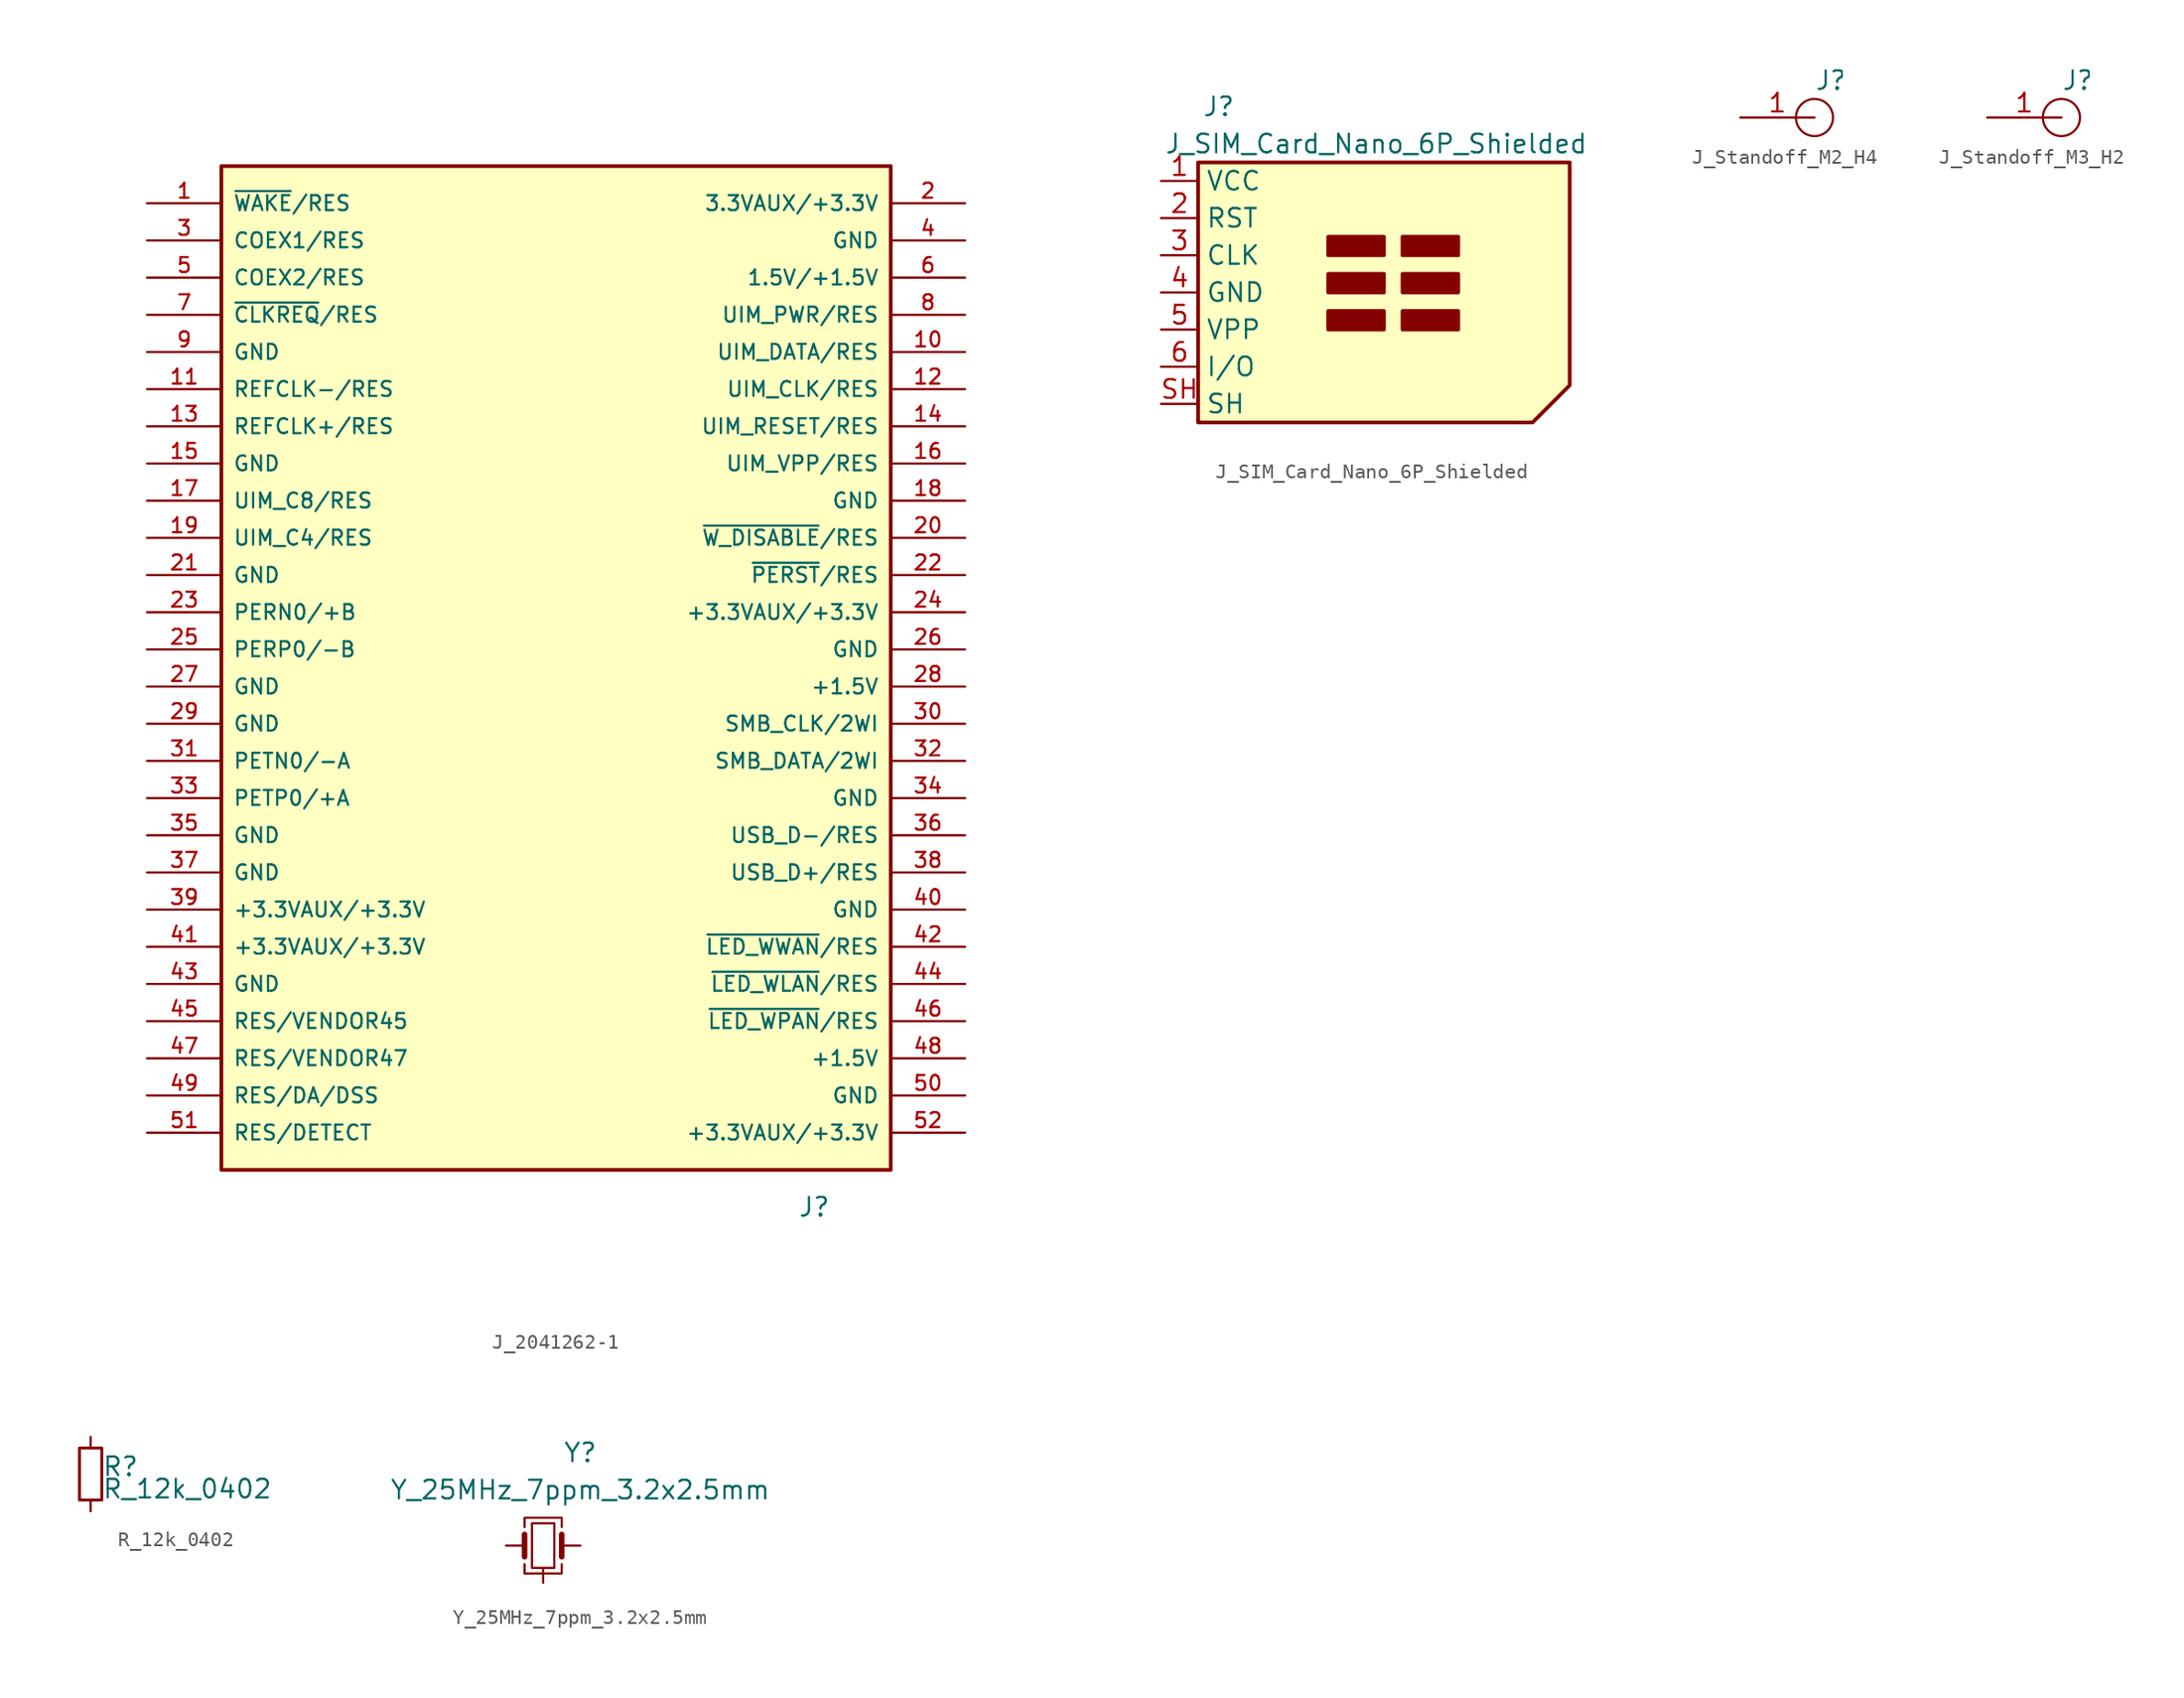
<source format=kicad_sym>
(kicad_symbol_lib
  (version 20211014)
  (generator kicad_symbol_editor)
  (symbol "J_2041262-1"
    (pin_names
      (offset 0.762))
    (property "Reference" "J"
      (at 16.51 -38.1 0)
      (effects (font (size 1.27 1.27)) (justify left)))
    (symbol "J_2041262-1_1_1"
      (rectangle (start -22.86 -35.56) (end 22.86 33.02) (stroke (width 0.254) (type default) (color 0 0 0 0)) (fill (type background)))
      (pin bidirectional line (at -27.94 30.48 0) (length 5.08) (name "~{WAKE}/RES" (effects (font (size 1.016 1.016)))) (number "1" (effects (font (size 1.016 1.016)))))
      (pin bidirectional line (at 27.94 20.32 180) (length 5.08) (name "UIM_DATA/RES" (effects (font (size 1.016 1.016)))) (number "10" (effects (font (size 1.016 1.016)))))
      (pin bidirectional line (at -27.94 17.78 0) (length 5.08) (name "REFCLK-/RES" (effects (font (size 1.016 1.016)))) (number "11" (effects (font (size 1.016 1.016)))))
      (pin bidirectional line (at 27.94 17.78 180) (length 5.08) (name "UIM_CLK/RES" (effects (font (size 1.016 1.016)))) (number "12" (effects (font (size 1.016 1.016)))))
      (pin bidirectional line (at -27.94 15.24 0) (length 5.08) (name "REFCLK+/RES" (effects (font (size 1.016 1.016)))) (number "13" (effects (font (size 1.016 1.016)))))
      (pin bidirectional line (at 27.94 15.24 180) (length 5.08) (name "UIM_RESET/RES" (effects (font (size 1.016 1.016)))) (number "14" (effects (font (size 1.016 1.016)))))
      (pin power_in line (at -27.94 12.7 0) (length 5.08) (name "GND" (effects (font (size 1.016 1.016)))) (number "15" (effects (font (size 1.016 1.016)))))
      (pin bidirectional line (at 27.94 12.7 180) (length 5.08) (name "UIM_VPP/RES" (effects (font (size 1.016 1.016)))) (number "16" (effects (font (size 1.016 1.016)))))
      (pin bidirectional line (at -27.94 10.16 0) (length 5.08) (name "UIM_C8/RES" (effects (font (size 1.016 1.016)))) (number "17" (effects (font (size 1.016 1.016)))))
      (pin power_in line (at 27.94 10.16 180) (length 5.08) (name "GND" (effects (font (size 1.016 1.016)))) (number "18" (effects (font (size 1.016 1.016)))))
      (pin bidirectional line (at -27.94 7.62 0) (length 5.08) (name "UIM_C4/RES" (effects (font (size 1.016 1.016)))) (number "19" (effects (font (size 1.016 1.016)))))
      (pin power_in line (at 27.94 30.48 180) (length 5.08) (name "3.3VAUX/+3.3V" (effects (font (size 1.016 1.016)))) (number "2" (effects (font (size 1.016 1.016)))))
      (pin passive line (at 27.94 7.62 180) (length 5.08) (name "~{W_DISABLE}/RES" (effects (font (size 1.016 1.016)))) (number "20" (effects (font (size 1.016 1.016)))))
      (pin power_in line (at -27.94 5.08 0) (length 5.08) (name "GND" (effects (font (size 1.016 1.016)))) (number "21" (effects (font (size 1.016 1.016)))))
      (pin passive line (at 27.94 5.08 180) (length 5.08) (name "~{PERST}/RES" (effects (font (size 1.016 1.016)))) (number "22" (effects (font (size 1.016 1.016)))))
      (pin bidirectional line (at -27.94 2.54 0) (length 5.08) (name "PERN0/+B" (effects (font (size 1.016 1.016)))) (number "23" (effects (font (size 1.016 1.016)))))
      (pin power_in line (at 27.94 2.54 180) (length 5.08) (name "+3.3VAUX/+3.3V" (effects (font (size 1.016 1.016)))) (number "24" (effects (font (size 1.016 1.016)))))
      (pin bidirectional line (at -27.94 0 0) (length 5.08) (name "PERP0/-B" (effects (font (size 1.016 1.016)))) (number "25" (effects (font (size 1.016 1.016)))))
      (pin power_in line (at 27.94 0 180) (length 5.08) (name "GND" (effects (font (size 1.016 1.016)))) (number "26" (effects (font (size 1.016 1.016)))))
      (pin power_in line (at -27.94 -2.54 0) (length 5.08) (name "GND" (effects (font (size 1.016 1.016)))) (number "27" (effects (font (size 1.016 1.016)))))
      (pin power_in line (at 27.94 -2.54 180) (length 5.08) (name "+1.5V" (effects (font (size 1.016 1.016)))) (number "28" (effects (font (size 1.016 1.016)))))
      (pin power_in line (at -27.94 -5.08 0) (length 5.08) (name "GND" (effects (font (size 1.016 1.016)))) (number "29" (effects (font (size 1.016 1.016)))))
      (pin bidirectional line (at -27.94 27.94 0) (length 5.08) (name "COEX1/RES" (effects (font (size 1.016 1.016)))) (number "3" (effects (font (size 1.016 1.016)))))
      (pin bidirectional line (at 27.94 -5.08 180) (length 5.08) (name "SMB_CLK/2WI" (effects (font (size 1.016 1.016)))) (number "30" (effects (font (size 1.016 1.016)))))
      (pin bidirectional line (at -27.94 -7.62 0) (length 5.08) (name "PETN0/-A" (effects (font (size 1.016 1.016)))) (number "31" (effects (font (size 1.016 1.016)))))
      (pin bidirectional line (at 27.94 -7.62 180) (length 5.08) (name "SMB_DATA/2WI" (effects (font (size 1.016 1.016)))) (number "32" (effects (font (size 1.016 1.016)))))
      (pin bidirectional line (at -27.94 -10.16 0) (length 5.08) (name "PETP0/+A" (effects (font (size 1.016 1.016)))) (number "33" (effects (font (size 1.016 1.016)))))
      (pin power_in line (at 27.94 -10.16 180) (length 5.08) (name "GND" (effects (font (size 1.016 1.016)))) (number "34" (effects (font (size 1.016 1.016)))))
      (pin power_in line (at -27.94 -12.7 0) (length 5.08) (name "GND" (effects (font (size 1.016 1.016)))) (number "35" (effects (font (size 1.016 1.016)))))
      (pin bidirectional line (at 27.94 -12.7 180) (length 5.08) (name "USB_D-/RES" (effects (font (size 1.016 1.016)))) (number "36" (effects (font (size 1.016 1.016)))))
      (pin power_in line (at -27.94 -15.24 0) (length 5.08) (name "GND" (effects (font (size 1.016 1.016)))) (number "37" (effects (font (size 1.016 1.016)))))
      (pin bidirectional line (at 27.94 -15.24 180) (length 5.08) (name "USB_D+/RES" (effects (font (size 1.016 1.016)))) (number "38" (effects (font (size 1.016 1.016)))))
      (pin power_in line (at -27.94 -17.78 0) (length 5.08) (name "+3.3VAUX/+3.3V" (effects (font (size 1.016 1.016)))) (number "39" (effects (font (size 1.016 1.016)))))
      (pin power_in line (at 27.94 27.94 180) (length 5.08) (name "GND" (effects (font (size 1.016 1.016)))) (number "4" (effects (font (size 1.016 1.016)))))
      (pin power_in line (at 27.94 -17.78 180) (length 5.08) (name "GND" (effects (font (size 1.016 1.016)))) (number "40" (effects (font (size 1.016 1.016)))))
      (pin power_in line (at -27.94 -20.32 0) (length 5.08) (name "+3.3VAUX/+3.3V" (effects (font (size 1.016 1.016)))) (number "41" (effects (font (size 1.016 1.016)))))
      (pin passive line (at 27.94 -20.32 180) (length 5.08) (name "~{LED_WWAN}/RES" (effects (font (size 1.016 1.016)))) (number "42" (effects (font (size 1.016 1.016)))))
      (pin power_in line (at -27.94 -22.86 0) (length 5.08) (name "GND" (effects (font (size 1.016 1.016)))) (number "43" (effects (font (size 1.016 1.016)))))
      (pin passive line (at 27.94 -22.86 180) (length 5.08) (name "~{LED_WLAN}/RES" (effects (font (size 1.016 1.016)))) (number "44" (effects (font (size 1.016 1.016)))))
      (pin bidirectional line (at -27.94 -25.4 0) (length 5.08) (name "RES/VENDOR45" (effects (font (size 1.016 1.016)))) (number "45" (effects (font (size 1.016 1.016)))))
      (pin passive line (at 27.94 -25.4 180) (length 5.08) (name "~{LED_WPAN}/RES" (effects (font (size 1.016 1.016)))) (number "46" (effects (font (size 1.016 1.016)))))
      (pin bidirectional line (at -27.94 -27.94 0) (length 5.08) (name "RES/VENDOR47" (effects (font (size 1.016 1.016)))) (number "47" (effects (font (size 1.016 1.016)))))
      (pin power_in line (at 27.94 -27.94 180) (length 5.08) (name "+1.5V" (effects (font (size 1.016 1.016)))) (number "48" (effects (font (size 1.016 1.016)))))
      (pin bidirectional line (at -27.94 -30.48 0) (length 5.08) (name "RES/DA/DSS" (effects (font (size 1.016 1.016)))) (number "49" (effects (font (size 1.016 1.016)))))
      (pin bidirectional line (at -27.94 25.4 0) (length 5.08) (name "COEX2/RES" (effects (font (size 1.016 1.016)))) (number "5" (effects (font (size 1.016 1.016)))))
      (pin power_in line (at 27.94 -30.48 180) (length 5.08) (name "GND" (effects (font (size 1.016 1.016)))) (number "50" (effects (font (size 1.016 1.016)))))
      (pin bidirectional line (at -27.94 -33.02 0) (length 5.08) (name "RES/DETECT" (effects (font (size 1.016 1.016)))) (number "51" (effects (font (size 1.016 1.016)))))
      (pin power_in line (at 27.94 -33.02 180) (length 5.08) (name "+3.3VAUX/+3.3V" (effects (font (size 1.016 1.016)))) (number "52" (effects (font (size 1.016 1.016)))))
      (pin power_in line (at 27.94 25.4 180) (length 5.08) (name "1.5V/+1.5V" (effects (font (size 1.016 1.016)))) (number "6" (effects (font (size 1.016 1.016)))))
      (pin bidirectional line (at -27.94 22.86 0) (length 5.08) (name "~{CLKREQ}/RES" (effects (font (size 1.016 1.016)))) (number "7" (effects (font (size 1.016 1.016)))))
      (pin bidirectional line (at 27.94 22.86 180) (length 5.08) (name "UIM_PWR/RES" (effects (font (size 1.016 1.016)))) (number "8" (effects (font (size 1.016 1.016)))))
      (pin power_in line (at -27.94 20.32 0) (length 5.08) (name "GND" (effects (font (size 1.016 1.016)))) (number "9" (effects (font (size 1.016 1.016)))))))
  (symbol "J_SIM_Card_Nano_6P_Shielded"
    (property "Reference" "J"
      (at -7.62 12.7 0)
      (effects (font (size 1.27 1.27)) (justify right)))
    (property "Value" "J_SIM_Card_Nano_6P_Shielded"
      (at 16.51 10.16 0)
      (effects (font (size 1.27 1.27)) (justify right)))
    (symbol "J_SIM_Card_Nano_6P_Shielded_0_1"
      (rectangle (start -1.27 -2.54) (end 2.54 -1.27) (stroke (width 0.254) (type default) (color 0 0 0 0)) (fill (type outline)))
      (rectangle (start -1.27 0) (end 2.54 1.27) (stroke (width 0.254) (type default) (color 0 0 0 0)) (fill (type outline)))
      (rectangle (start -1.27 2.54) (end 2.54 3.81) (stroke (width 0.254) (type default) (color 0 0 0 0)) (fill (type outline)))
      (polyline (pts (xy -10.16 8.89) (xy -10.16 -8.89) (xy 12.7 -8.89) (xy 15.24 -6.35) (xy 15.24 8.89) (xy -10.16 8.89)) (stroke (width 0.254) (type default) (color 0 0 0 0)) (fill (type background)))
      (rectangle (start 3.81 -1.27) (end 7.62 -2.54) (stroke (width 0.254) (type default) (color 0 0 0 0)) (fill (type outline)))
      (rectangle (start 3.81 0) (end 7.62 1.27) (stroke (width 0.254) (type default) (color 0 0 0 0)) (fill (type outline)))
      (rectangle (start 3.81 2.54) (end 7.62 3.81) (stroke (width 0.254) (type default) (color 0 0 0 0)) (fill (type outline))))
    (symbol "J_SIM_Card_Nano_6P_Shielded_1_1"
      (pin power_in line (at -12.7 7.62 0) (length 2.54) (name "VCC" (effects (font (size 1.27 1.27)))) (number "1" (effects (font (size 1.27 1.27)))))
      (pin input line (at -12.7 5.08 0) (length 2.54) (name "RST" (effects (font (size 1.27 1.27)))) (number "2" (effects (font (size 1.27 1.27)))))
      (pin input line (at -12.7 2.54 0) (length 2.54) (name "CLK" (effects (font (size 1.27 1.27)))) (number "3" (effects (font (size 1.27 1.27)))))
      (pin power_in line (at -12.7 0 0) (length 2.54) (name "GND" (effects (font (size 1.27 1.27)))) (number "4" (effects (font (size 1.27 1.27)))))
      (pin input line (at -12.7 -2.54 0) (length 2.54) (name "VPP" (effects (font (size 1.27 1.27)))) (number "5" (effects (font (size 1.27 1.27)))))
      (pin bidirectional line (at -12.7 -5.08 0) (length 2.54) (name "I/O" (effects (font (size 1.27 1.27)))) (number "6" (effects (font (size 1.27 1.27)))))
      (pin passive line (at -12.7 -7.62 0) (length 2.54) (name "SH" (effects (font (size 1.27 1.27)))) (number "SH" (effects (font (size 1.27 1.27)))))))
  (symbol "J_Standoff_M2_H4"
    (pin_names
      (offset 0.762))
    (property "Reference" "J"
      (at 0 2.54 0)
      (effects (font (size 1.27 1.27)) (justify left)))
    (symbol "J_Standoff_M2_H4_0_0"
      (pin passive line (at -5.08 0 0) (length 5.08) (name "~" (effects (font (size 1.27 1.27)))) (number "1" (effects (font (size 1.27 1.27))))))
    (symbol "J_Standoff_M2_H4_0_1"
      (circle (center 0 0) (radius 1.27) (stroke (width 0) (type default) (color 0 0 0 0)) (fill (type none)))))
  (symbol "J_Standoff_M3_H2"
    (pin_names
      (offset 0.762))
    (property "Reference" "J"
      (at 0 2.54 0)
      (effects (font (size 1.27 1.27)) (justify left)))
    (symbol "J_Standoff_M3_H2_0_0"
      (pin passive line (at -5.08 0 0) (length 5.08) (name "~" (effects (font (size 1.27 1.27)))) (number "1" (effects (font (size 1.27 1.27))))))
    (symbol "J_Standoff_M3_H2_0_1"
      (circle (center 0 0) (radius 1.27) (stroke (width 0) (type default) (color 0 0 0 0)) (fill (type none)))))
  (symbol "R_12k_0402"
    (pin_numbers hide)
    (pin_names
      (offset 0.254) hide)
    (property "Reference" "R"
      (at 0.762 0.508 0)
      (effects (font (size 1.27 1.27)) (justify left)))
    (property "Value" "R_12k_0402"
      (at 0.762 -1.016 0)
      (effects (font (size 1.27 1.27)) (justify left)))
    (symbol "R_12k_0402_0_1"
      (rectangle (start -0.762 1.778) (end 0.762 -1.778) (stroke (width 0.203) (type default) (color 0 0 0 0)) (fill (type none))))
    (symbol "R_12k_0402_1_1"
      (pin passive line (at 0 2.54 270) (length 0.762) (name "~" (effects (font (size 1.27 1.27)))) (number "1" (effects (font (size 1.27 1.27)))))
      (pin passive line (at 0 -2.54 90) (length 0.762) (name "~" (effects (font (size 1.27 1.27)))) (number "2" (effects (font (size 1.27 1.27)))))))
  (symbol "Y_25MHz_7ppm_3.2x2.5mm"
    (pin_numbers hide)
    (pin_names
      (offset 1.016) hide)
    (property "Reference" "Y"
      (at 2.54 5.08 0)
      (effects (font (size 1.27 1.27))))
    (property "Value" "Y_25MHz_7ppm_3.2x2.5mm"
      (at 2.54 2.54 0)
      (effects (font (size 1.27 1.27))))
    (symbol "Y_25MHz_7ppm_3.2x2.5mm_1_1"
      (rectangle (start -0.762 -2.794) (end 0.762 0.254) (stroke (width 0) (type default) (color 0 0 0 0)) (fill (type none)))
      (polyline (pts (xy -1.27 -2.032) (xy -1.27 -0.508)) (stroke (width 0.381) (type default) (color 0 0 0 0)) (fill (type none)))
      (polyline (pts (xy 1.27 -2.032) (xy 1.27 -0.508)) (stroke (width 0.381) (type default) (color 0 0 0 0)) (fill (type none)))
      (polyline (pts (xy -1.27 -2.54) (xy -1.27 -3.175) (xy 1.27 -3.175) (xy 1.27 -2.54)) (stroke (width 0) (type default) (color 0 0 0 0)) (fill (type none)))
      (polyline (pts (xy -1.27 0) (xy -1.27 0.635) (xy 1.27 0.635) (xy 1.27 0)) (stroke (width 0) (type default) (color 0 0 0 0)) (fill (type none)))
      (pin passive line (at -2.54 -1.27 0) (length 1.27) (name "1" (effects (font (size 1.27 1.27)))) (number "1" (effects (font (size 0.762 0.762)))))
      (pin passive line (at 0 -3.81 90) (length 0.991) (name "2" (effects (font (size 1.27 1.27)))) (number "2" (effects (font (size 1.27 1.27)))))
      (pin passive line (at 2.54 -1.27 180) (length 1.27) (name "3" (effects (font (size 1.27 1.27)))) (number "3" (effects (font (size 0.762 0.762)))))
      (pin passive line (at 0 -3.81 90) (length 0.991) hide (name "4" (effects (font (size 1.27 1.27)))) (number "4" (effects (font (size 1.27 1.27))))))))
</source>
